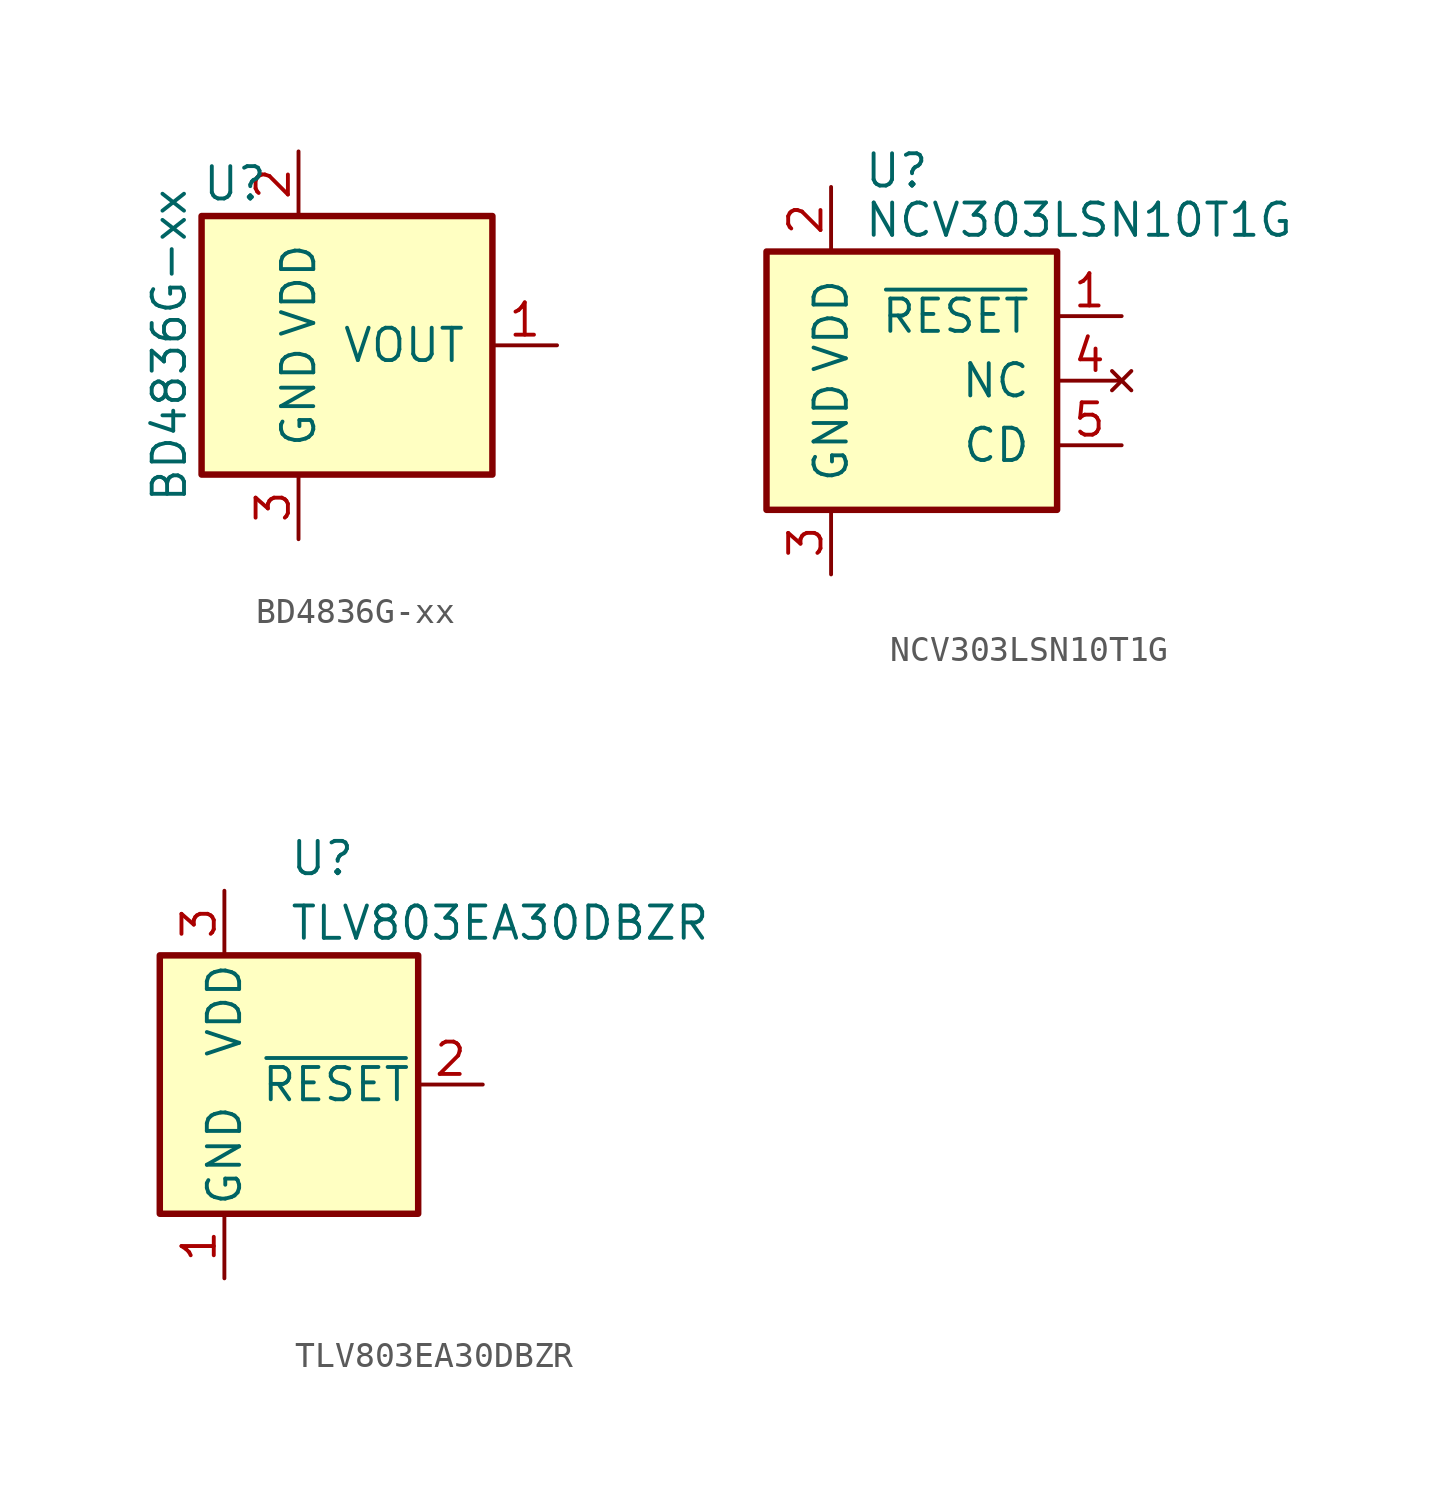
<source format=kicad_sym>
(kicad_symbol_lib
  (version 20220914)
  (generator kicad_symbol_editor)
  (symbol "BD4836G-xx"
    (pin_names
      (offset 1.016))
    (property "Reference" "U"
      (at -3.81 6.35 0)
      (effects (font (size 1.27 1.27)) (justify left)))
    (property "Value" "BD4836G-xx"
      (at -5.08 0 90)
      (effects (font (size 1.27 1.27))))
    (symbol "BD4836G-xx_1_1"
      (rectangle (start -3.81 5.08) (end 7.62 -5.08) (stroke (width 0.254) (type default)) (fill (type background)))
      (pin output line (at 10.16 0 180) (length 2.54) (name "VOUT" (effects (font (size 1.27 1.27)))) (number "1" (effects (font (size 1.27 1.27)))))
      (pin power_in line (at 0 7.62 270) (length 2.54) (name "VDD" (effects (font (size 1.27 1.27)))) (number "2" (effects (font (size 1.27 1.27)))))
      (pin power_in line (at 0 -7.62 90) (length 2.54) (name "GND" (effects (font (size 1.27 1.27)))) (number "3" (effects (font (size 1.27 1.27)))))))
  (symbol "NCV303LSN10T1G"
    (pin_names
      (offset 1.016))
    (property "Reference" "U"
      (at 1.27 8.255 0)
      (effects (font (size 1.27 1.27)) (justify left)))
    (property "Value" "NCV303LSN10T1G"
      (at 9.75 6.317 0)
      (effects (font (size 1.27 1.27))))
    (symbol "NCV303LSN10T1G_1_1"
      (rectangle (start -2.54 5.08) (end 8.89 -5.08) (stroke (width 0.254) (type default)) (fill (type background)))
      (pin open_collector line (at 11.43 2.54 180) (length 2.54) (name "~{RESET}" (effects (font (size 1.27 1.27)))) (number "1" (effects (font (size 1.27 1.27)))))
      (pin power_in line (at 0 7.62 270) (length 2.54) (name "VDD" (effects (font (size 1.27 1.27)))) (number "2" (effects (font (size 1.27 1.27)))))
      (pin power_in line (at 0 -7.62 90) (length 2.54) (name "GND" (effects (font (size 1.27 1.27)))) (number "3" (effects (font (size 1.27 1.27)))))
      (pin no_connect line (at 11.43 0 180) (length 2.54) (name "NC" (effects (font (size 1.27 1.27)))) (number "4" (effects (font (size 1.27 1.27)))))
      (pin passive line (at 11.43 -2.54 180) (length 2.54) (name "CD" (effects (font (size 1.27 1.27)))) (number "5" (effects (font (size 1.27 1.27)))))))
  (symbol "TLV803EA30DBZR"
    (pin_names
      (offset 0.254))
    (property "Reference" "U"
      (at 2.54 8.89 0)
      (effects (font (size 1.27 1.27)) (justify left)))
    (property "Value" "TLV803EA30DBZR"
      (at 2.54 6.35 0)
      (effects (font (size 1.27 1.27)) (justify left)))
    (symbol "TLV803EA30DBZR_0_1"
      (rectangle (start -2.54 5.08) (end 7.62 -5.08) (stroke (width 0.254) (type default)) (fill (type background))))
    (symbol "TLV803EA30DBZR_1_1"
      (pin power_in line (at 0 -7.62 90) (length 2.54) (name "GND" (effects (font (size 1.27 1.27)))) (number "1" (effects (font (size 1.27 1.27)))))
      (pin output line (at 10.16 0 180) (length 2.54) (name "~{RESET}" (effects (font (size 1.27 1.27)))) (number "2" (effects (font (size 1.27 1.27)))))
      (pin power_in line (at 0 7.62 270) (length 2.54) (name "VDD" (effects (font (size 1.27 1.27)))) (number "3" (effects (font (size 1.27 1.27))))))))
</source>
